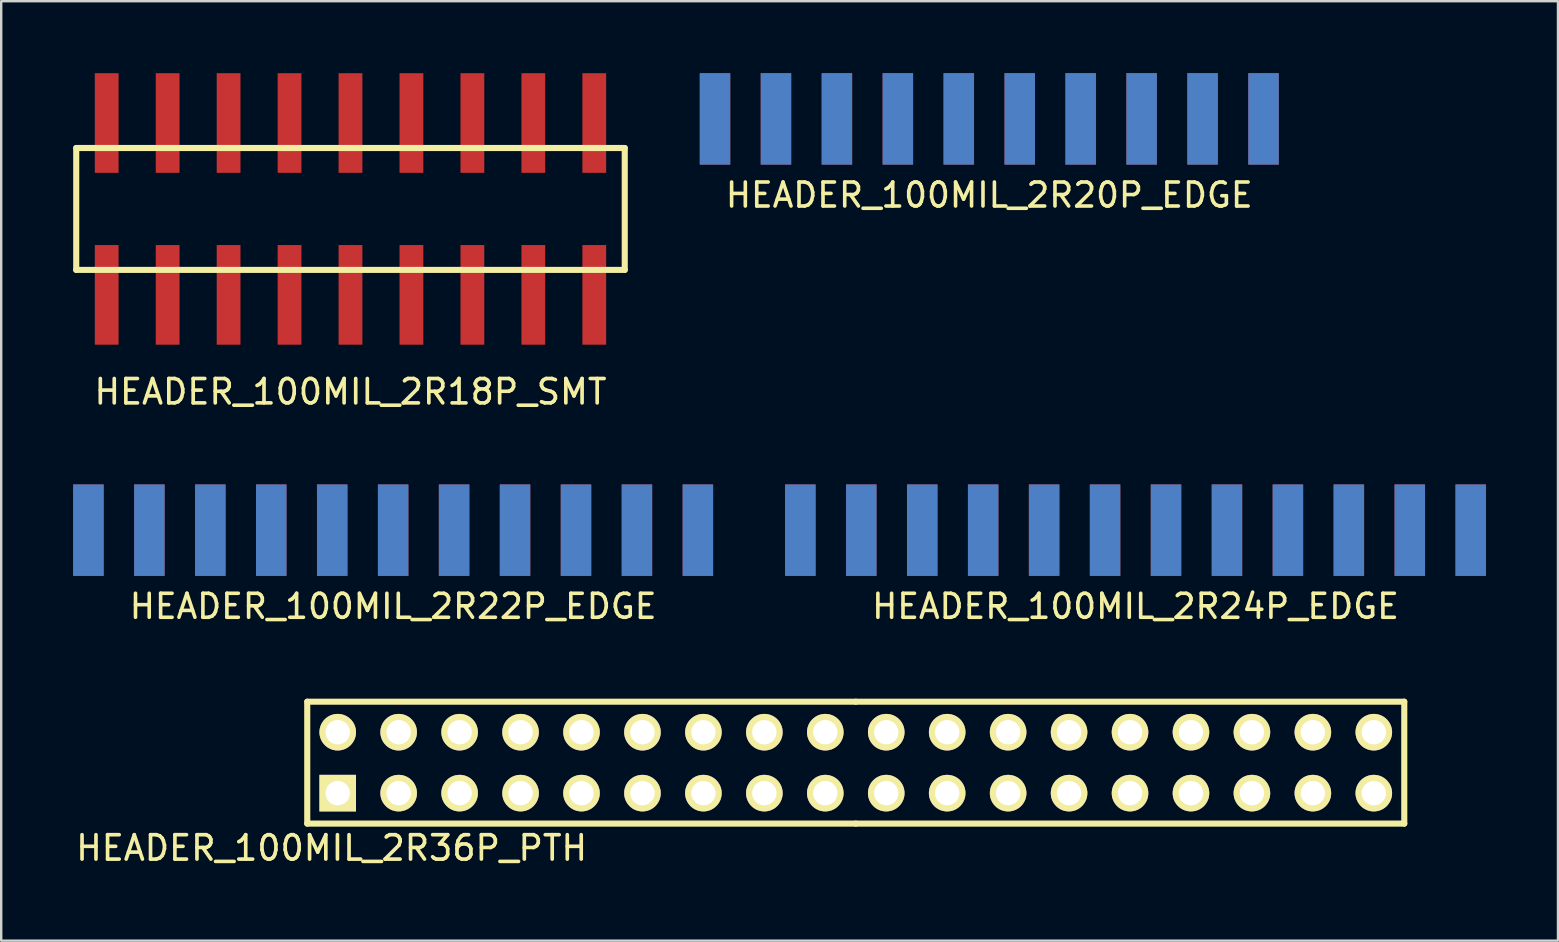
<source format=kicad_pcb>
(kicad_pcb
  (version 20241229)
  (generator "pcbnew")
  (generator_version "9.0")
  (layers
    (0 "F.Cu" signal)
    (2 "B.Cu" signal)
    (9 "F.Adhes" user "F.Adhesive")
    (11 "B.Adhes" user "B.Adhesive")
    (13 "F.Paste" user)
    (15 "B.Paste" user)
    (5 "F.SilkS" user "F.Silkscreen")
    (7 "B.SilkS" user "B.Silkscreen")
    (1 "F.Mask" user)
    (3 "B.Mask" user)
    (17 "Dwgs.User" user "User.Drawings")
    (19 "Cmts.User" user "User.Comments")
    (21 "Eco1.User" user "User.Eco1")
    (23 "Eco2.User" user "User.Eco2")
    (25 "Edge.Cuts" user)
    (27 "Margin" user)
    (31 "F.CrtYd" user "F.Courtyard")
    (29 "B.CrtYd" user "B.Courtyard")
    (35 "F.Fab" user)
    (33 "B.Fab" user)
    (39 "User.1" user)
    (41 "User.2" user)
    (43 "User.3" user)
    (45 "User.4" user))
  (footprint "HEADER_100MIL_2R18P_SMT"
    (layer "F.Cu")
    (at 11.557 5.658)
    (property "Reference" "HEADER_100MIL_2R18P_SMT" (at 0 7.62 0) (layer "F.SilkS") (effects (font (size 1.016 1.016) (thickness 0.152))))
    (attr through_hole)
    (fp_line (start -11.43 -2.54) (end 11.43 -2.54) (stroke (width 0.254) (type solid)) (layer "F.SilkS"))
    (fp_line (start -11.43 2.54) (end -11.43 -2.54) (stroke (width 0.254) (type solid)) (layer "F.SilkS"))
    (fp_line (start 11.43 -2.54) (end 11.43 2.54) (stroke (width 0.254) (type solid)) (layer "F.SilkS"))
    (fp_line (start 11.43 2.54) (end -11.43 2.54) (stroke (width 0.254) (type solid)) (layer "F.SilkS"))
    (pad "1" smd rect (at -10.16 3.581) (size 0.991 4.153) (layers "F.Cu" "F.Mask" "F.Paste"))
    (pad "2" smd rect (at -10.16 -3.581) (size 0.991 4.153) (layers "F.Cu" "F.Mask" "F.Paste"))
    (pad "3" smd rect (at -7.62 3.581) (size 0.991 4.153) (layers "F.Cu" "F.Mask" "F.Paste"))
    (pad "4" smd rect (at -7.62 -3.581) (size 0.991 4.153) (layers "F.Cu" "F.Mask" "F.Paste"))
    (pad "5" smd rect (at -5.08 3.581) (size 0.991 4.153) (layers "F.Cu" "F.Mask" "F.Paste"))
    (pad "6" smd rect (at -5.08 -3.581) (size 0.991 4.153) (layers "F.Cu" "F.Mask" "F.Paste"))
    (pad "7" smd rect (at -2.54 3.581) (size 0.991 4.153) (layers "F.Cu" "F.Mask" "F.Paste"))
    (pad "8" smd rect (at -2.54 -3.581) (size 0.991 4.153) (layers "F.Cu" "F.Mask" "F.Paste"))
    (pad "9" smd rect (at 0 3.581) (size 0.991 4.153) (layers "F.Cu" "F.Mask" "F.Paste"))
    (pad "10" smd rect (at 0 -3.581) (size 0.991 4.153) (layers "F.Cu" "F.Mask" "F.Paste"))
    (pad "11" smd rect (at 2.54 3.581) (size 0.991 4.153) (layers "F.Cu" "F.Mask" "F.Paste"))
    (pad "12" smd rect (at 2.54 -3.581) (size 0.991 4.153) (layers "F.Cu" "F.Mask" "F.Paste"))
    (pad "13" smd rect (at 5.08 3.581) (size 0.991 4.153) (layers "F.Cu" "F.Mask" "F.Paste"))
    (pad "14" smd rect (at 5.08 -3.581) (size 0.991 4.153) (layers "F.Cu" "F.Mask" "F.Paste"))
    (pad "15" smd rect (at 7.62 3.581) (size 0.991 4.153) (layers "F.Cu" "F.Mask" "F.Paste"))
    (pad "16" smd rect (at 7.62 -3.581) (size 0.991 4.153) (layers "F.Cu" "F.Mask" "F.Paste"))
    (pad "17" smd rect (at 10.16 3.581) (size 0.991 4.153) (layers "F.Cu" "F.Mask" "F.Paste"))
    (pad "18" smd rect (at 10.16 -3.581) (size 0.991 4.153) (layers "F.Cu" "F.Mask" "F.Paste")))
  (footprint "HEADER_100MIL_2R24P_EDGE"
    (layer "F.Cu")
    (at 44.275 19.045)
    (property "Reference" "HEADER_100MIL_2R24P_EDGE" (at 0 3.175 0) (layer "F.SilkS") (effects (font (size 1 1) (thickness 0.15))))
    (attr through_hole)
    (pad "1" smd rect (at -13.97 0) (size 1.27 3.81) (layers "F.Cu" "F.Mask" "F.Paste"))
    (pad "2" smd rect (at -13.97 0) (size 1.27 3.81) (layers "B.Cu" "B.Mask" "B.Paste"))
    (pad "3" smd rect (at -11.43 0) (size 1.27 3.81) (layers "F.Cu" "F.Mask" "F.Paste"))
    (pad "4" smd rect (at -11.43 0) (size 1.27 3.81) (layers "B.Cu" "B.Mask" "B.Paste"))
    (pad "5" smd rect (at -8.89 0) (size 1.27 3.81) (layers "F.Cu" "F.Mask" "F.Paste"))
    (pad "6" smd rect (at -8.89 0) (size 1.27 3.81) (layers "B.Cu" "B.Mask" "B.Paste"))
    (pad "7" smd rect (at -6.35 0) (size 1.27 3.81) (layers "F.Cu" "F.Mask" "F.Paste"))
    (pad "8" smd rect (at -6.35 0) (size 1.27 3.81) (layers "B.Cu" "B.Mask" "B.Paste"))
    (pad "9" smd rect (at -3.81 0) (size 1.27 3.81) (layers "F.Cu" "F.Mask" "F.Paste"))
    (pad "10" smd rect (at -3.81 0) (size 1.27 3.81) (layers "B.Cu" "B.Mask" "B.Paste"))
    (pad "11" smd rect (at -1.27 0) (size 1.27 3.81) (layers "F.Cu" "F.Mask" "F.Paste"))
    (pad "12" smd rect (at -1.27 0) (size 1.27 3.81) (layers "B.Cu" "B.Mask" "B.Paste"))
    (pad "13" smd rect (at 1.27 0) (size 1.27 3.81) (layers "F.Cu" "F.Mask" "F.Paste"))
    (pad "14" smd rect (at 1.27 0) (size 1.27 3.81) (layers "B.Cu" "B.Mask" "B.Paste"))
    (pad "15" smd rect (at 3.81 0) (size 1.27 3.81) (layers "F.Cu" "F.Mask" "F.Paste"))
    (pad "16" smd rect (at 3.81 0) (size 1.27 3.81) (layers "B.Cu" "B.Mask" "B.Paste"))
    (pad "17" smd rect (at 6.35 0) (size 1.27 3.81) (layers "F.Cu" "F.Mask" "F.Paste"))
    (pad "18" smd rect (at 6.35 0) (size 1.27 3.81) (layers "B.Cu" "B.Mask" "B.Paste"))
    (pad "19" smd rect (at 8.89 0) (size 1.27 3.81) (layers "F.Cu" "F.Mask" "F.Paste"))
    (pad "20" smd rect (at 8.89 0) (size 1.27 3.81) (layers "B.Cu" "B.Mask" "B.Paste"))
    (pad "21" smd rect (at 11.43 0) (size 1.27 3.81) (layers "F.Cu" "F.Mask" "F.Paste"))
    (pad "22" smd rect (at 11.43 0) (size 1.27 3.81) (layers "B.Cu" "B.Mask" "B.Paste"))
    (pad "23" smd rect (at 13.97 0) (size 1.27 3.81) (layers "F.Cu" "F.Mask" "F.Paste"))
    (pad "24" smd rect (at 13.97 0) (size 1.27 3.81) (layers "B.Cu" "B.Mask" "B.Paste")))
  (footprint "HEADER_100MIL_2R20P_EDGE"
    (layer "F.Cu")
    (at 38.179 1.905)
    (property "Reference" "HEADER_100MIL_2R20P_EDGE" (at 0 3.175 0) (layer "F.SilkS") (effects (font (size 1 1) (thickness 0.15))))
    (attr through_hole)
    (pad "1" smd rect (at -11.43 0) (size 1.27 3.81) (layers "F.Cu" "F.Mask" "F.Paste"))
    (pad "2" smd rect (at -11.43 0) (size 1.27 3.81) (layers "B.Cu" "B.Mask" "B.Paste"))
    (pad "3" smd rect (at -8.89 0) (size 1.27 3.81) (layers "F.Cu" "F.Mask" "F.Paste"))
    (pad "4" smd rect (at -8.89 0) (size 1.27 3.81) (layers "B.Cu" "B.Mask" "B.Paste"))
    (pad "5" smd rect (at -6.35 0) (size 1.27 3.81) (layers "F.Cu" "F.Mask" "F.Paste"))
    (pad "6" smd rect (at -6.35 0) (size 1.27 3.81) (layers "B.Cu" "B.Mask" "B.Paste"))
    (pad "7" smd rect (at -3.81 0) (size 1.27 3.81) (layers "F.Cu" "F.Mask" "F.Paste"))
    (pad "8" smd rect (at -3.81 0) (size 1.27 3.81) (layers "B.Cu" "B.Mask" "B.Paste"))
    (pad "9" smd rect (at -1.27 0) (size 1.27 3.81) (layers "F.Cu" "F.Mask" "F.Paste"))
    (pad "10" smd rect (at -1.27 0) (size 1.27 3.81) (layers "B.Cu" "B.Mask" "B.Paste"))
    (pad "11" smd rect (at 1.27 0) (size 1.27 3.81) (layers "F.Cu" "F.Mask" "F.Paste"))
    (pad "12" smd rect (at 1.27 0) (size 1.27 3.81) (layers "B.Cu" "B.Mask" "B.Paste"))
    (pad "13" smd rect (at 3.81 0) (size 1.27 3.81) (layers "F.Cu" "F.Mask" "F.Paste"))
    (pad "14" smd rect (at 3.81 0) (size 1.27 3.81) (layers "B.Cu" "B.Mask" "B.Paste"))
    (pad "15" smd rect (at 6.35 0) (size 1.27 3.81) (layers "F.Cu" "F.Mask" "F.Paste"))
    (pad "16" smd rect (at 6.35 0) (size 1.27 3.81) (layers "B.Cu" "B.Mask" "B.Paste"))
    (pad "17" smd rect (at 8.89 0) (size 1.27 3.81) (layers "F.Cu" "F.Mask" "F.Paste"))
    (pad "18" smd rect (at 8.89 0) (size 1.27 3.81) (layers "B.Cu" "B.Mask" "B.Paste"))
    (pad "19" smd rect (at 11.43 0) (size 1.27 3.81) (layers "F.Cu" "F.Mask" "F.Paste"))
    (pad "20" smd rect (at 11.43 0) (size 1.27 3.81) (layers "B.Cu" "B.Mask" "B.Paste")))
  (footprint "HEADER_100MIL_2R36P_PTH"
    (layer "F.Cu")
    (at 32.615 28.735)
    (property "Reference" "HEADER_100MIL_2R36P_PTH" (at -21.844 3.556 0) (layer "F.SilkS") (effects (font (size 1.016 1.016) (thickness 0.152))))
    (attr through_hole)
    (fp_line (start -22.86 -2.54) (end 0 -2.54) (stroke (width 0.254) (type solid)) (layer "F.SilkS"))
    (fp_line (start -22.86 2.54) (end -22.86 -2.54) (stroke (width 0.254) (type solid)) (layer "F.SilkS"))
    (fp_line (start 0 -2.54) (end 22.86 -2.54) (stroke (width 0.254) (type solid)) (layer "F.SilkS"))
    (fp_line (start 0 2.54) (end -22.86 2.54) (stroke (width 0.254) (type solid)) (layer "F.SilkS"))
    (fp_line (start 22.86 -2.54) (end 22.86 2.54) (stroke (width 0.254) (type solid)) (layer "F.SilkS"))
    (fp_line (start 22.86 2.54) (end 0 2.54) (stroke (width 0.254) (type solid)) (layer "F.SilkS"))
    (pad "1" thru_hole rect (at -21.59 1.27) (size 1.524 1.524) (drill 1.016) (layers "*.Cu" "*.Mask" "F.SilkS"))
    (pad "2" thru_hole circle (at -21.59 -1.27) (size 1.524 1.524) (drill 1.016) (layers "*.Cu" "*.Mask" "F.SilkS"))
    (pad "3" thru_hole circle (at -19.05 1.27) (size 1.524 1.524) (drill 1.016) (layers "*.Cu" "*.Mask" "F.SilkS"))
    (pad "4" thru_hole circle (at -19.05 -1.27) (size 1.524 1.524) (drill 1.016) (layers "*.Cu" "*.Mask" "F.SilkS"))
    (pad "5" thru_hole circle (at -16.51 1.27) (size 1.524 1.524) (drill 1.016) (layers "*.Cu" "*.Mask" "F.SilkS"))
    (pad "6" thru_hole circle (at -16.51 -1.27) (size 1.524 1.524) (drill 1.016) (layers "*.Cu" "*.Mask" "F.SilkS"))
    (pad "7" thru_hole circle (at -13.97 1.27) (size 1.524 1.524) (drill 1.016) (layers "*.Cu" "*.Mask" "F.SilkS"))
    (pad "8" thru_hole circle (at -13.97 -1.27) (size 1.524 1.524) (drill 1.016) (layers "*.Cu" "*.Mask" "F.SilkS"))
    (pad "9" thru_hole circle (at -11.43 1.27) (size 1.524 1.524) (drill 1.016) (layers "*.Cu" "*.Mask" "F.SilkS"))
    (pad "10" thru_hole circle (at -11.43 -1.27) (size 1.524 1.524) (drill 1.016) (layers "*.Cu" "*.Mask" "F.SilkS"))
    (pad "11" thru_hole circle (at -8.89 1.27) (size 1.524 1.524) (drill 1.016) (layers "*.Cu" "*.Mask" "F.SilkS"))
    (pad "12" thru_hole circle (at -8.89 -1.27) (size 1.524 1.524) (drill 1.016) (layers "*.Cu" "*.Mask" "F.SilkS"))
    (pad "13" thru_hole circle (at -6.35 1.27) (size 1.524 1.524) (drill 1.016) (layers "*.Cu" "*.Mask" "F.SilkS"))
    (pad "14" thru_hole circle (at -6.35 -1.27) (size 1.524 1.524) (drill 1.016) (layers "*.Cu" "*.Mask" "F.SilkS"))
    (pad "15" thru_hole circle (at -3.81 1.27) (size 1.524 1.524) (drill 1.016) (layers "*.Cu" "*.Mask" "F.SilkS"))
    (pad "16" thru_hole circle (at -3.81 -1.27) (size 1.524 1.524) (drill 1.016) (layers "*.Cu" "*.Mask" "F.SilkS"))
    (pad "17" thru_hole circle (at -1.27 1.27) (size 1.524 1.524) (drill 1.016) (layers "*.Cu" "*.Mask" "F.SilkS"))
    (pad "18" thru_hole circle (at -1.27 -1.27) (size 1.524 1.524) (drill 1.016) (layers "*.Cu" "*.Mask" "F.SilkS"))
    (pad "19" thru_hole circle (at 1.27 1.27) (size 1.524 1.524) (drill 1.016) (layers "*.Cu" "*.Mask" "F.SilkS"))
    (pad "20" thru_hole circle (at 1.27 -1.27) (size 1.524 1.524) (drill 1.016) (layers "*.Cu" "*.Mask" "F.SilkS"))
    (pad "21" thru_hole circle (at 3.81 1.27) (size 1.524 1.524) (drill 1.016) (layers "*.Cu" "*.Mask" "F.SilkS"))
    (pad "22" thru_hole circle (at 3.81 -1.27) (size 1.524 1.524) (drill 1.016) (layers "*.Cu" "*.Mask" "F.SilkS"))
    (pad "23" thru_hole circle (at 6.35 1.27) (size 1.524 1.524) (drill 1.016) (layers "*.Cu" "*.Mask" "F.SilkS"))
    (pad "24" thru_hole circle (at 6.35 -1.27) (size 1.524 1.524) (drill 1.016) (layers "*.Cu" "*.Mask" "F.SilkS"))
    (pad "25" thru_hole circle (at 8.89 1.27) (size 1.524 1.524) (drill 1.016) (layers "*.Cu" "*.Mask" "F.SilkS"))
    (pad "26" thru_hole circle (at 8.89 -1.27) (size 1.524 1.524) (drill 1.016) (layers "*.Cu" "*.Mask" "F.SilkS"))
    (pad "27" thru_hole circle (at 11.43 1.27) (size 1.524 1.524) (drill 1.016) (layers "*.Cu" "*.Mask" "F.SilkS"))
    (pad "28" thru_hole circle (at 11.43 -1.27) (size 1.524 1.524) (drill 1.016) (layers "*.Cu" "*.Mask" "F.SilkS"))
    (pad "29" thru_hole circle (at 13.97 1.27) (size 1.524 1.524) (drill 1.016) (layers "*.Cu" "*.Mask" "F.SilkS"))
    (pad "30" thru_hole circle (at 13.97 -1.27) (size 1.524 1.524) (drill 1.016) (layers "*.Cu" "*.Mask" "F.SilkS"))
    (pad "31" thru_hole circle (at 16.51 1.27) (size 1.524 1.524) (drill 1.016) (layers "*.Cu" "*.Mask" "F.SilkS"))
    (pad "32" thru_hole circle (at 16.51 -1.27) (size 1.524 1.524) (drill 1.016) (layers "*.Cu" "*.Mask" "F.SilkS"))
    (pad "33" thru_hole circle (at 19.05 1.27) (size 1.524 1.524) (drill 1.016) (layers "*.Cu" "*.Mask" "F.SilkS"))
    (pad "34" thru_hole circle (at 19.05 -1.27) (size 1.524 1.524) (drill 1.016) (layers "*.Cu" "*.Mask" "F.SilkS"))
    (pad "35" thru_hole circle (at 21.59 1.27) (size 1.524 1.524) (drill 1.016) (layers "*.Cu" "*.Mask" "F.SilkS"))
    (pad "36" thru_hole circle (at 21.59 -1.27) (size 1.524 1.524) (drill 1.016) (layers "*.Cu" "*.Mask" "F.SilkS")))
  (footprint "HEADER_100MIL_2R22P_EDGE"
    (layer "F.Cu")
    (at 13.335 19.045)
    (property "Reference" "HEADER_100MIL_2R22P_EDGE" (at 0 3.175 0) (layer "F.SilkS") (effects (font (size 1 1) (thickness 0.15))))
    (attr through_hole)
    (pad "1" smd rect (at -12.7 0) (size 1.27 3.81) (layers "F.Cu" "F.Mask" "F.Paste"))
    (pad "2" smd rect (at -12.7 0) (size 1.27 3.81) (layers "B.Cu" "B.Mask" "B.Paste"))
    (pad "3" smd rect (at -10.16 0) (size 1.27 3.81) (layers "F.Cu" "F.Mask" "F.Paste"))
    (pad "4" smd rect (at -10.16 0) (size 1.27 3.81) (layers "B.Cu" "B.Mask" "B.Paste"))
    (pad "5" smd rect (at -7.62 0) (size 1.27 3.81) (layers "F.Cu" "F.Mask" "F.Paste"))
    (pad "6" smd rect (at -7.62 0) (size 1.27 3.81) (layers "B.Cu" "B.Mask" "B.Paste"))
    (pad "7" smd rect (at -5.08 0) (size 1.27 3.81) (layers "F.Cu" "F.Mask" "F.Paste"))
    (pad "8" smd rect (at -5.08 0) (size 1.27 3.81) (layers "B.Cu" "B.Mask" "B.Paste"))
    (pad "9" smd rect (at -2.54 0) (size 1.27 3.81) (layers "F.Cu" "F.Mask" "F.Paste"))
    (pad "10" smd rect (at -2.54 0) (size 1.27 3.81) (layers "B.Cu" "B.Mask" "B.Paste"))
    (pad "11" smd rect (at 0 0) (size 1.27 3.81) (layers "F.Cu" "F.Mask" "F.Paste"))
    (pad "12" smd rect (at 0 0) (size 1.27 3.81) (layers "B.Cu" "B.Mask" "B.Paste"))
    (pad "13" smd rect (at 2.54 0) (size 1.27 3.81) (layers "F.Cu" "F.Mask" "F.Paste"))
    (pad "14" smd rect (at 2.54 0) (size 1.27 3.81) (layers "B.Cu" "B.Mask" "B.Paste"))
    (pad "15" smd rect (at 5.08 0) (size 1.27 3.81) (layers "F.Cu" "F.Mask" "F.Paste"))
    (pad "16" smd rect (at 5.08 0) (size 1.27 3.81) (layers "B.Cu" "B.Mask" "B.Paste"))
    (pad "17" smd rect (at 7.62 0) (size 1.27 3.81) (layers "F.Cu" "F.Mask" "F.Paste"))
    (pad "18" smd rect (at 7.62 0) (size 1.27 3.81) (layers "B.Cu" "B.Mask" "B.Paste"))
    (pad "19" smd rect (at 10.16 0) (size 1.27 3.81) (layers "F.Cu" "F.Mask" "F.Paste"))
    (pad "20" smd rect (at 10.16 0) (size 1.27 3.81) (layers "B.Cu" "B.Mask" "B.Paste"))
    (pad "21" smd rect (at 12.7 0) (size 1.27 3.81) (layers "F.Cu" "F.Mask" "F.Paste"))
    (pad "22" smd rect (at 12.7 0) (size 1.27 3.81) (layers "B.Cu" "B.Mask" "B.Paste")))
  (gr_rect
    (start -3 -3)
    (end 61.88 36.153)
    (stroke (width 0.1) (type default))
    (fill no)
    (layer "Edge.Cuts")))
</source>
